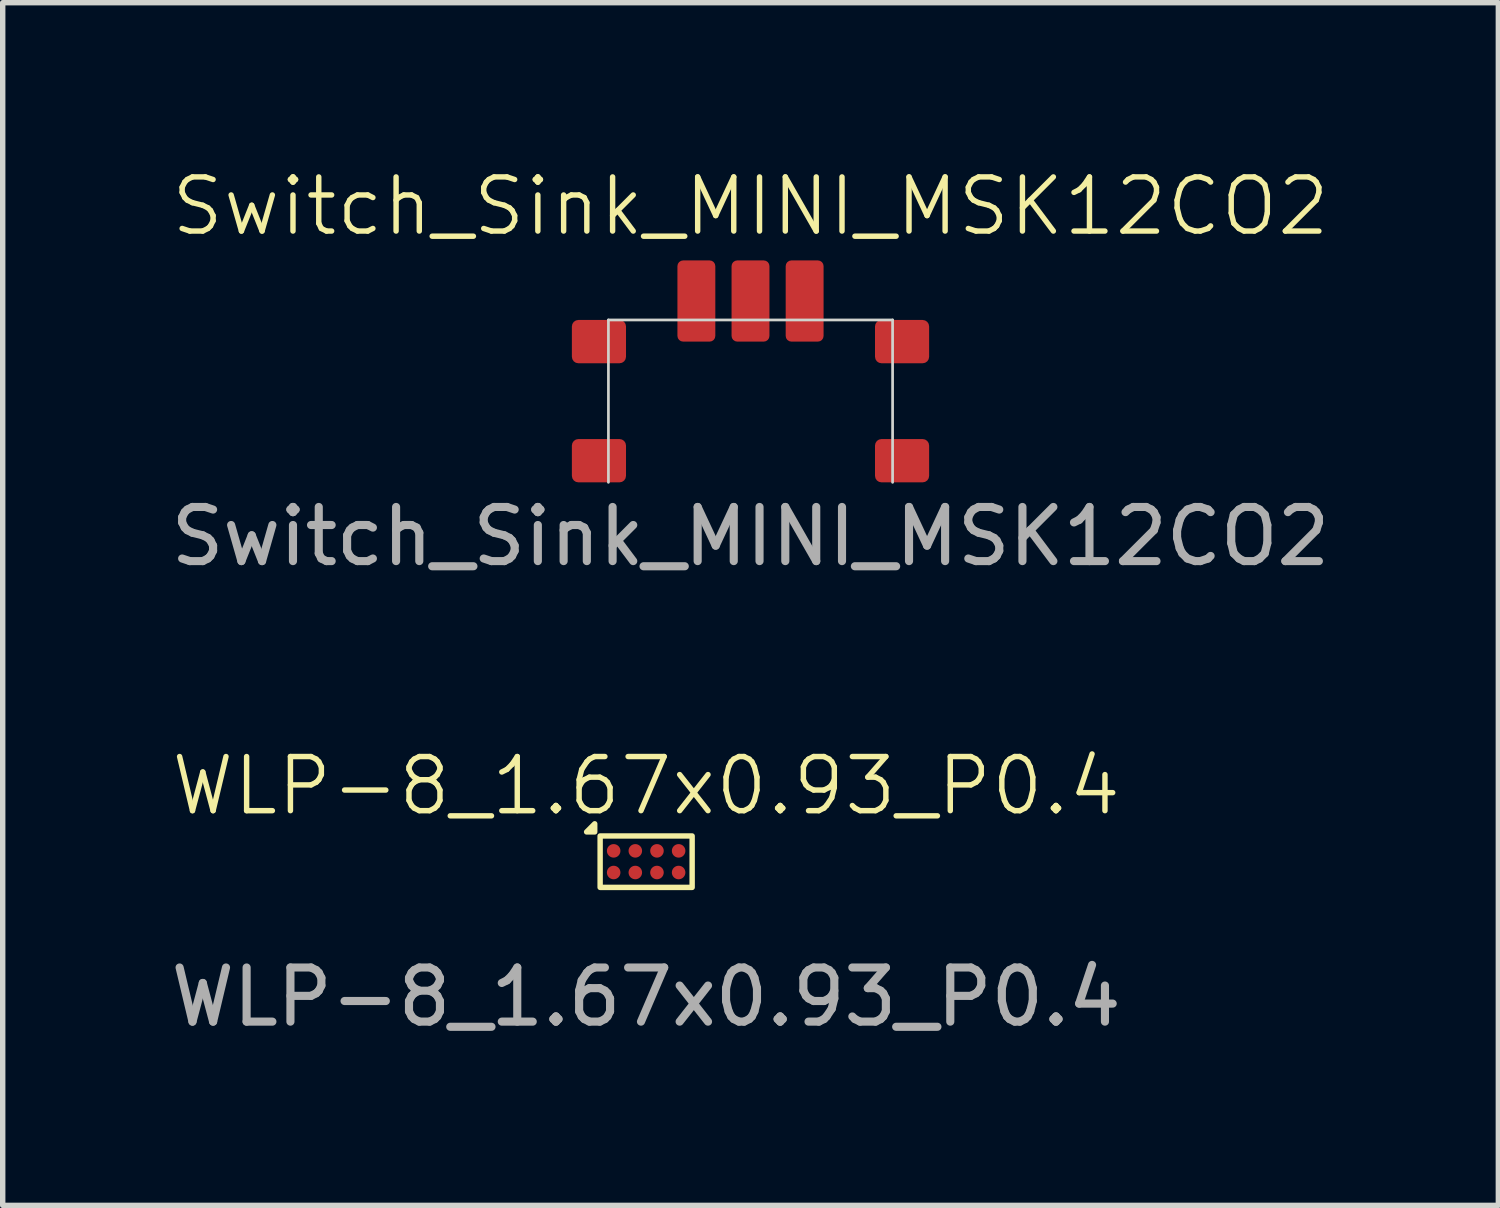
<source format=kicad_pcb>
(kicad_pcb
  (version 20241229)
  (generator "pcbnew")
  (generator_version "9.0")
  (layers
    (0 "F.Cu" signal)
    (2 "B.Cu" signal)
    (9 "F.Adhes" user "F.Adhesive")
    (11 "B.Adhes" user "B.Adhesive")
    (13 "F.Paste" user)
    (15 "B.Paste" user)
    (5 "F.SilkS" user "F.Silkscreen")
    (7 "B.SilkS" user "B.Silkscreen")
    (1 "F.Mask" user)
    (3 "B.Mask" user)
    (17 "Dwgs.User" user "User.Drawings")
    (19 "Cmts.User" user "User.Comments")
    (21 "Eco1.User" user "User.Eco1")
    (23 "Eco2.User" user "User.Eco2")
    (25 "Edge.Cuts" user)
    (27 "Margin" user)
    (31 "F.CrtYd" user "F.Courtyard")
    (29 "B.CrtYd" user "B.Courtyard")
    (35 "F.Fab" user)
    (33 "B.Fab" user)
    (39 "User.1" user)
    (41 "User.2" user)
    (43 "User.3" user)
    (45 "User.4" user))
  (footprint "WLP-8_1.67x0.93_P0.4"
    (layer "F.Cu")
    (at 8.887 12.869)
    (property "Reference" "WLP-8_1.67x0.93_P0.4" (at 0 -1.4 0) (unlocked yes) (layer "F.SilkS") (effects (font (size 1 1) (thickness 0.1))))
    (attr smd)
    (fp_rect (start -0.85 -0.475) (end 0.85 0.475) (stroke (width 0.1) (type solid)) (fill no) (layer "F.SilkS"))
    (fp_poly (pts (xy -0.95 -0.55) (xy -0.95 -0.7) (xy -1.1 -0.55)) (stroke (width 0.1) (type solid)) (fill yes) (layer "F.SilkS"))
    (fp_text user "${REFERENCE}" (at 0 2.5 0) (unlocked yes) (layer "F.Fab") (effects (font (size 1 1) (thickness 0.15))))
    (pad "A1" smd circle (at -0.6 -0.2) (size 0.25 0.25) (property pad_prop_bga) (layers "F.Cu" "F.Mask" "F.Paste"))
    (pad "A2" smd circle (at -0.2 -0.2) (size 0.25 0.25) (property pad_prop_bga) (layers "F.Cu" "F.Mask" "F.Paste"))
    (pad "A3" smd circle (at 0.2 -0.2) (size 0.25 0.25) (property pad_prop_bga) (layers "F.Cu" "F.Mask" "F.Paste"))
    (pad "A4" smd circle (at 0.6 -0.2) (size 0.25 0.25) (property pad_prop_bga) (layers "F.Cu" "F.Mask" "F.Paste"))
    (pad "B1" smd circle (at -0.6 0.2) (size 0.25 0.25) (property pad_prop_bga) (layers "F.Cu" "F.Mask" "F.Paste"))
    (pad "B2" smd circle (at -0.2 0.2) (size 0.25 0.25) (property pad_prop_bga) (layers "F.Cu" "F.Mask" "F.Paste"))
    (pad "B3" smd circle (at 0.2 0.2) (size 0.25 0.25) (property pad_prop_bga) (layers "F.Cu" "F.Mask" "F.Paste"))
    (pad "B4" smd circle (at 0.6 0.2) (size 0.25 0.25) (property pad_prop_bga) (layers "F.Cu" "F.Mask" "F.Paste")))
  (footprint "Switch_Sink_MINI_MSK12CO2"
    (layer "F.Cu")
    (at 10.815 4.361)
    (property "Reference" "Switch_Sink_MINI_MSK12CO2" (at 0 -3.6 0) (unlocked yes) (layer "F.SilkS") (effects (font (size 1 1) (thickness 0.1))))
    (attr smd)
    (fp_line (start -2.625 -1.5) (end -2.625 1.5) (stroke (width 0.05) (type default)) (layer "Edge.Cuts"))
    (fp_line (start 2.625 -1.5) (end -2.625 -1.5) (stroke (width 0.05) (type default)) (layer "Edge.Cuts"))
    (fp_line (start 2.625 1.5) (end 2.625 -1.5) (stroke (width 0.05) (type default)) (layer "Edge.Cuts"))
    (fp_text user "${REFERENCE}" (at 0 2.5 0) (unlocked yes) (layer "F.Fab") (effects (font (size 1 1) (thickness 0.15))))
    (pad "1" smd roundrect (at -1 -1.85) (size 0.7 1.5) (layers "F.Cu" "F.Mask" "F.Paste") (roundrect_rratio 0.15))
    (pad "2" smd roundrect (at 0 -1.85) (size 0.7 1.5) (layers "F.Cu" "F.Mask" "F.Paste") (roundrect_rratio 0.15))
    (pad "3" smd roundrect (at 1 -1.85) (size 0.7 1.5) (layers "F.Cu" "F.Mask" "F.Paste") (roundrect_rratio 0.15))
    (pad "MT" smd roundrect (at -2.8 -1.1) (size 1 0.8) (layers "F.Cu" "F.Mask" "F.Paste") (roundrect_rratio 0.15))
    (pad "MT" smd roundrect (at -2.8 1.1) (size 1 0.8) (layers "F.Cu" "F.Mask" "F.Paste") (roundrect_rratio 0.15))
    (pad "MT" smd roundrect (at 2.8 -1.1) (size 1 0.8) (layers "F.Cu" "F.Mask" "F.Paste") (roundrect_rratio 0.15))
    (pad "MT" smd roundrect (at 2.8 1.1) (size 1 0.8) (layers "F.Cu" "F.Mask" "F.Paste") (roundrect_rratio 0.15)))
  (gr_rect
    (start -3 -3)
    (end 24.631 19.218)
    (stroke (width 0.1) (type default))
    (fill no)
    (layer "Edge.Cuts")))
</source>
